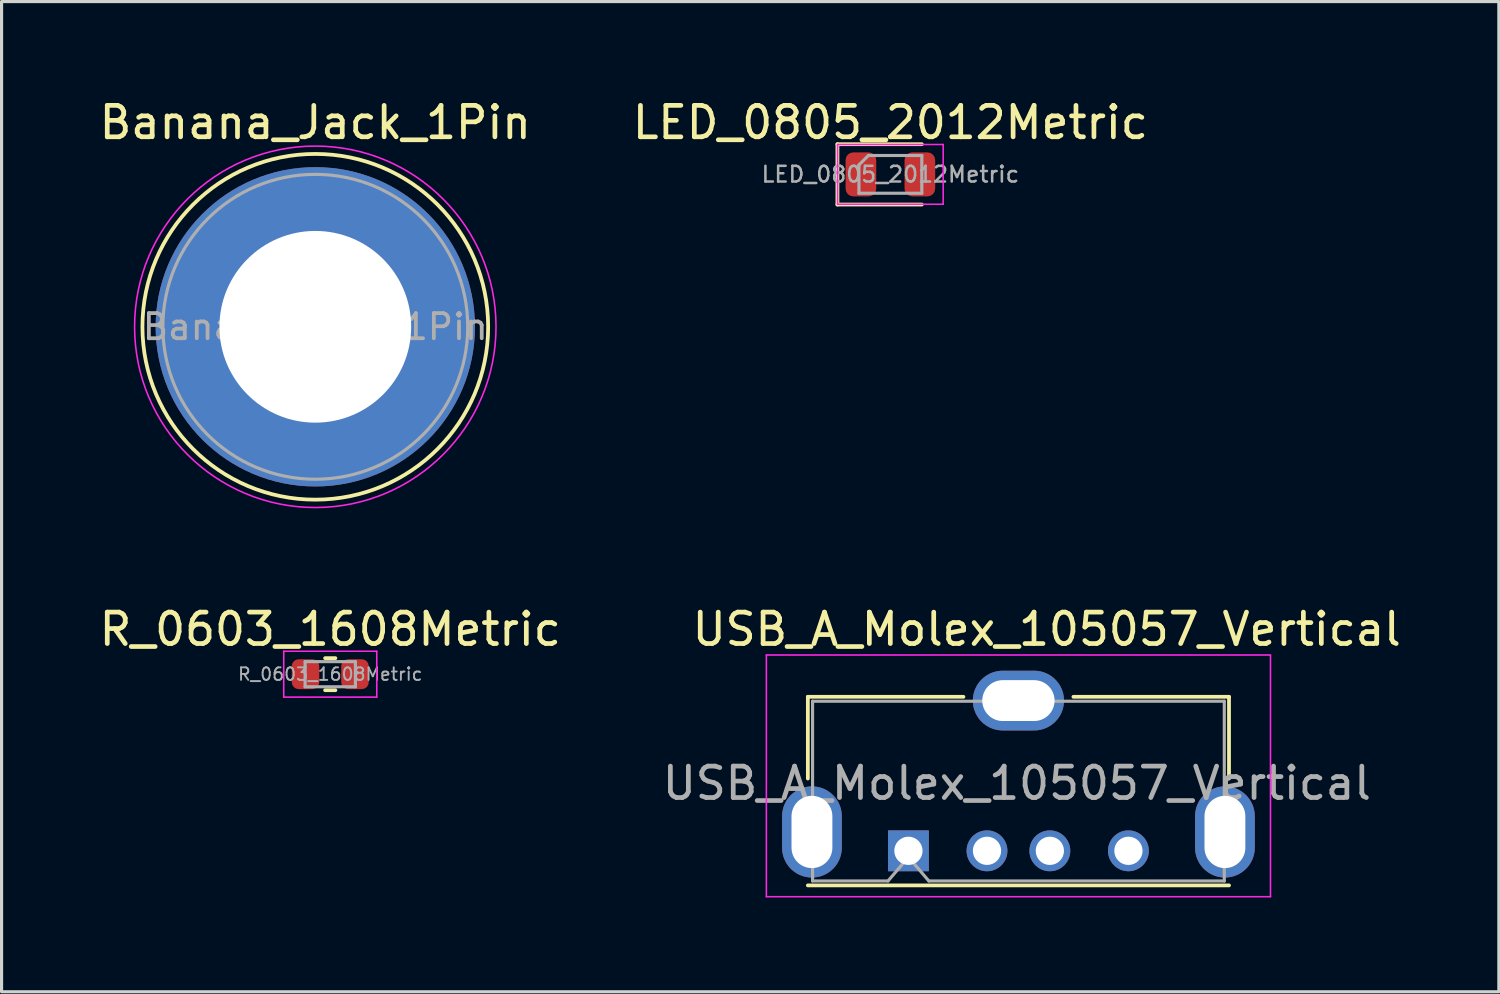
<source format=kicad_pcb>
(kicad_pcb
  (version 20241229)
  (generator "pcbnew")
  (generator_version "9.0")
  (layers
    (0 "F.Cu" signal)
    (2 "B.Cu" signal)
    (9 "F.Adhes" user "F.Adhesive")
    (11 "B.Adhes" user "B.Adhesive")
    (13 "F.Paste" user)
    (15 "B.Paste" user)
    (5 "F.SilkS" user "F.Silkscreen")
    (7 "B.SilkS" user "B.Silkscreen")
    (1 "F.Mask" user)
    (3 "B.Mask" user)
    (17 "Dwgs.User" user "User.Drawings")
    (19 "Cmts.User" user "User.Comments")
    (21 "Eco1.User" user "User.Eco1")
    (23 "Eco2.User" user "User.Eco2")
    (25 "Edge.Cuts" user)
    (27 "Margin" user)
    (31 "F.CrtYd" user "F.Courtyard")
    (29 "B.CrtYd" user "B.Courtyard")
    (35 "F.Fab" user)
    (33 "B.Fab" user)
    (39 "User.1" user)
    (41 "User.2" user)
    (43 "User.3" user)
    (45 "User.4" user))
  (footprint "LED_0805_2012Metric"
    (layer "F.Cu")
    (at 25.28 2.498)
    (property "Reference" "LED_0805_2012Metric" (at 0 -1.65 180) (layer "F.SilkS") (effects (font (size 1 1) (thickness 0.15))))
    (attr smd)
    (fp_line (start -1.685 -0.96) (end -1.685 0.96) (stroke (width 0.12) (type solid)) (layer "F.SilkS"))
    (fp_line (start -1.685 0.96) (end 1 0.96) (stroke (width 0.12) (type solid)) (layer "F.SilkS"))
    (fp_line (start 1 -0.96) (end -1.685 -0.96) (stroke (width 0.12) (type solid)) (layer "F.SilkS"))
    (fp_line (start -1.68 -0.95) (end 1.68 -0.95) (stroke (width 0.05) (type solid)) (layer "F.CrtYd"))
    (fp_line (start -1.68 0.95) (end -1.68 -0.95) (stroke (width 0.05) (type solid)) (layer "F.CrtYd"))
    (fp_line (start 1.68 -0.95) (end 1.68 0.95) (stroke (width 0.05) (type solid)) (layer "F.CrtYd"))
    (fp_line (start 1.68 0.95) (end -1.68 0.95) (stroke (width 0.05) (type solid)) (layer "F.CrtYd"))
    (fp_line (start -1 -0.3) (end -1 0.6) (stroke (width 0.1) (type solid)) (layer "F.Fab"))
    (fp_line (start -1 0.6) (end 1 0.6) (stroke (width 0.1) (type solid)) (layer "F.Fab"))
    (fp_line (start -0.7 -0.6) (end -1 -0.3) (stroke (width 0.1) (type solid)) (layer "F.Fab"))
    (fp_line (start 1 -0.6) (end -0.7 -0.6) (stroke (width 0.1) (type solid)) (layer "F.Fab"))
    (fp_line (start 1 0.6) (end 1 -0.6) (stroke (width 0.1) (type solid)) (layer "F.Fab"))
    (fp_text user "${REFERENCE}" (at 0 0 180) (layer "F.Fab") (effects (font (size 0.5 0.5) (thickness 0.08))))
    (pad "1" smd roundrect (at -0.938 0) (size 0.975 1.4) (layers "F.Cu" "F.Mask" "F.Paste") (roundrect_rratio 0.25))
    (pad "2" smd roundrect (at 0.938 0) (size 0.975 1.4) (layers "F.Cu" "F.Mask" "F.Paste") (roundrect_rratio 0.25)))
  (footprint "R_0603_1608Metric"
    (layer "F.Cu")
    (at 7.458 18.401)
    (property "Reference" "R_0603_1608Metric" (at 0 -1.43 180) (layer "F.SilkS") (effects (font (size 1 1) (thickness 0.15))))
    (attr smd)
    (fp_line (start -0.163 -0.51) (end 0.163 -0.51) (stroke (width 0.12) (type solid)) (layer "F.SilkS"))
    (fp_line (start -0.163 0.51) (end 0.163 0.51) (stroke (width 0.12) (type solid)) (layer "F.SilkS"))
    (fp_line (start -1.48 -0.73) (end 1.48 -0.73) (stroke (width 0.05) (type solid)) (layer "F.CrtYd"))
    (fp_line (start -1.48 0.73) (end -1.48 -0.73) (stroke (width 0.05) (type solid)) (layer "F.CrtYd"))
    (fp_line (start 1.48 -0.73) (end 1.48 0.73) (stroke (width 0.05) (type solid)) (layer "F.CrtYd"))
    (fp_line (start 1.48 0.73) (end -1.48 0.73) (stroke (width 0.05) (type solid)) (layer "F.CrtYd"))
    (fp_line (start -0.8 -0.4) (end 0.8 -0.4) (stroke (width 0.1) (type solid)) (layer "F.Fab"))
    (fp_line (start -0.8 0.4) (end -0.8 -0.4) (stroke (width 0.1) (type solid)) (layer "F.Fab"))
    (fp_line (start 0.8 -0.4) (end 0.8 0.4) (stroke (width 0.1) (type solid)) (layer "F.Fab"))
    (fp_line (start 0.8 0.4) (end -0.8 0.4) (stroke (width 0.1) (type solid)) (layer "F.Fab"))
    (fp_text user "${REFERENCE}" (at 0 0 180) (layer "F.Fab") (effects (font (size 0.4 0.4) (thickness 0.06))))
    (pad "1" smd roundrect (at -0.787 0) (size 0.875 0.95) (layers "F.Cu" "F.Mask" "F.Paste") (roundrect_rratio 0.25))
    (pad "2" smd roundrect (at 0.787 0) (size 0.875 0.95) (layers "F.Cu" "F.Mask" "F.Paste") (roundrect_rratio 0.25)))
  (footprint "Banana_Jack_1Pin"
    (layer "F.Cu")
    (at 6.982 7.348)
    (property "Reference" "Banana_Jack_1Pin" (at 0 -6.5 0) (layer "F.SilkS") (effects (font (size 1 1) (thickness 0.15))))
    (attr through_hole)
    (fp_circle (center 0 0) (end 5.5 0) (stroke (width 0.12) (type solid)) (fill no) (layer "F.SilkS"))
    (fp_circle (center 0 0) (end 5.75 0) (stroke (width 0.05) (type solid)) (fill no) (layer "F.CrtYd"))
    (fp_circle (center 0 0) (end 2 0) (stroke (width 0.1) (type solid)) (fill no) (layer "F.Fab"))
    (fp_circle (center 0 0) (end 4.85 0.05) (stroke (width 0.1) (type solid)) (fill no) (layer "F.Fab"))
    (fp_text user "${REFERENCE}" (at 0 0 0) (layer "F.Fab") (effects (font (size 0.8 0.8) (thickness 0.12))))
    (pad "1" thru_hole circle (at 0 0) (size 10.16 10.16) (drill 6.1) (layers "*.Cu" "*.Mask")))
  (footprint "USB_A_Molex_105057_Vertical"
    (layer "F.Cu")
    (at 25.854 24.021)
    (property "Reference" "USB_A_Molex_105057_Vertical" (at 4.4 -7.05 180) (layer "F.SilkS") (effects (font (size 1 1) (thickness 0.15))))
    (attr through_hole)
    (fp_line (start -3.2 -4.9) (end -3.2 -2.3) (stroke (width 0.12) (type solid)) (layer "F.SilkS"))
    (fp_line (start -3.2 -4.9) (end 1.75 -4.9) (stroke (width 0.12) (type solid)) (layer "F.SilkS"))
    (fp_line (start 10.2 -4.9) (end 5.25 -4.9) (stroke (width 0.12) (type solid)) (layer "F.SilkS"))
    (fp_line (start 10.2 -4.9) (end 10.2 -2.3) (stroke (width 0.12) (type solid)) (layer "F.SilkS"))
    (fp_line (start 10.2 1.1) (end -3.2 1.1) (stroke (width 0.12) (type solid)) (layer "F.SilkS"))
    (fp_line (start -4.52 -6.23) (end 11.52 -6.23) (stroke (width 0.05) (type solid)) (layer "F.CrtYd"))
    (fp_line (start -4.52 1.46) (end -4.52 -6.23) (stroke (width 0.05) (type solid)) (layer "F.CrtYd"))
    (fp_line (start 11.52 -6.23) (end 11.52 1.46) (stroke (width 0.05) (type solid)) (layer "F.CrtYd"))
    (fp_line (start 11.52 1.46) (end -4.52 1.46) (stroke (width 0.05) (type solid)) (layer "F.CrtYd"))
    (fp_line (start -3.05 -4.76) (end 10.05 -4.76) (stroke (width 0.1) (type solid)) (layer "F.Fab"))
    (fp_line (start -3.05 0.96) (end -3.05 -4.76) (stroke (width 0.1) (type solid)) (layer "F.Fab"))
    (fp_line (start -0.65 0.96) (end -3.05 0.96) (stroke (width 0.1) (type solid)) (layer "F.Fab"))
    (fp_line (start -0.65 0.96) (end 0 0.2) (stroke (width 0.1) (type solid)) (layer "F.Fab"))
    (fp_line (start 0 0.2) (end 0.65 0.96) (stroke (width 0.1) (type solid)) (layer "F.Fab"))
    (fp_line (start 10.05 -4.76) (end 10.05 0.96) (stroke (width 0.1) (type solid)) (layer "F.Fab"))
    (fp_line (start 10.05 0.96) (end 0.65 0.96) (stroke (width 0.1) (type solid)) (layer "F.Fab"))
    (fp_text user "${REFERENCE}" (at 3.45 -2.15 0) (layer "F.Fab") (effects (font (size 1 1) (thickness 0.15))))
    (pad "1" thru_hole rect (at 0 0) (size 1.3 1.3) (drill 0.9) (layers "*.Cu" "*.Mask"))
    (pad "2" thru_hole circle (at 2.5 0) (size 1.3 1.3) (drill 0.9) (layers "*.Cu" "*.Mask"))
    (pad "3" thru_hole circle (at 4.5 0) (size 1.3 1.3) (drill 0.9) (layers "*.Cu" "*.Mask"))
    (pad "4" thru_hole circle (at 7 0) (size 1.3 1.3) (drill 0.9) (layers "*.Cu" "*.Mask"))
    (pad "5" thru_hole oval (at -3.07 -0.6 180) (size 1.9 2.9) (drill oval 1.3 2.3) (layers "*.Cu" "*.Mask"))
    (pad "5" thru_hole oval (at 3.5 -4.78 90) (size 1.9 2.9) (drill oval 1.3 2.3) (layers "*.Cu" "*.Mask"))
    (pad "5" thru_hole oval (at 10.07 -0.6) (size 1.9 2.9) (drill oval 1.3 2.3) (layers "*.Cu" "*.Mask")))
  (gr_rect
    (start -3 -3)
    (end 44.64 28.506)
    (stroke (width 0.1) (type default))
    (fill no)
    (layer "Edge.Cuts")))
</source>
